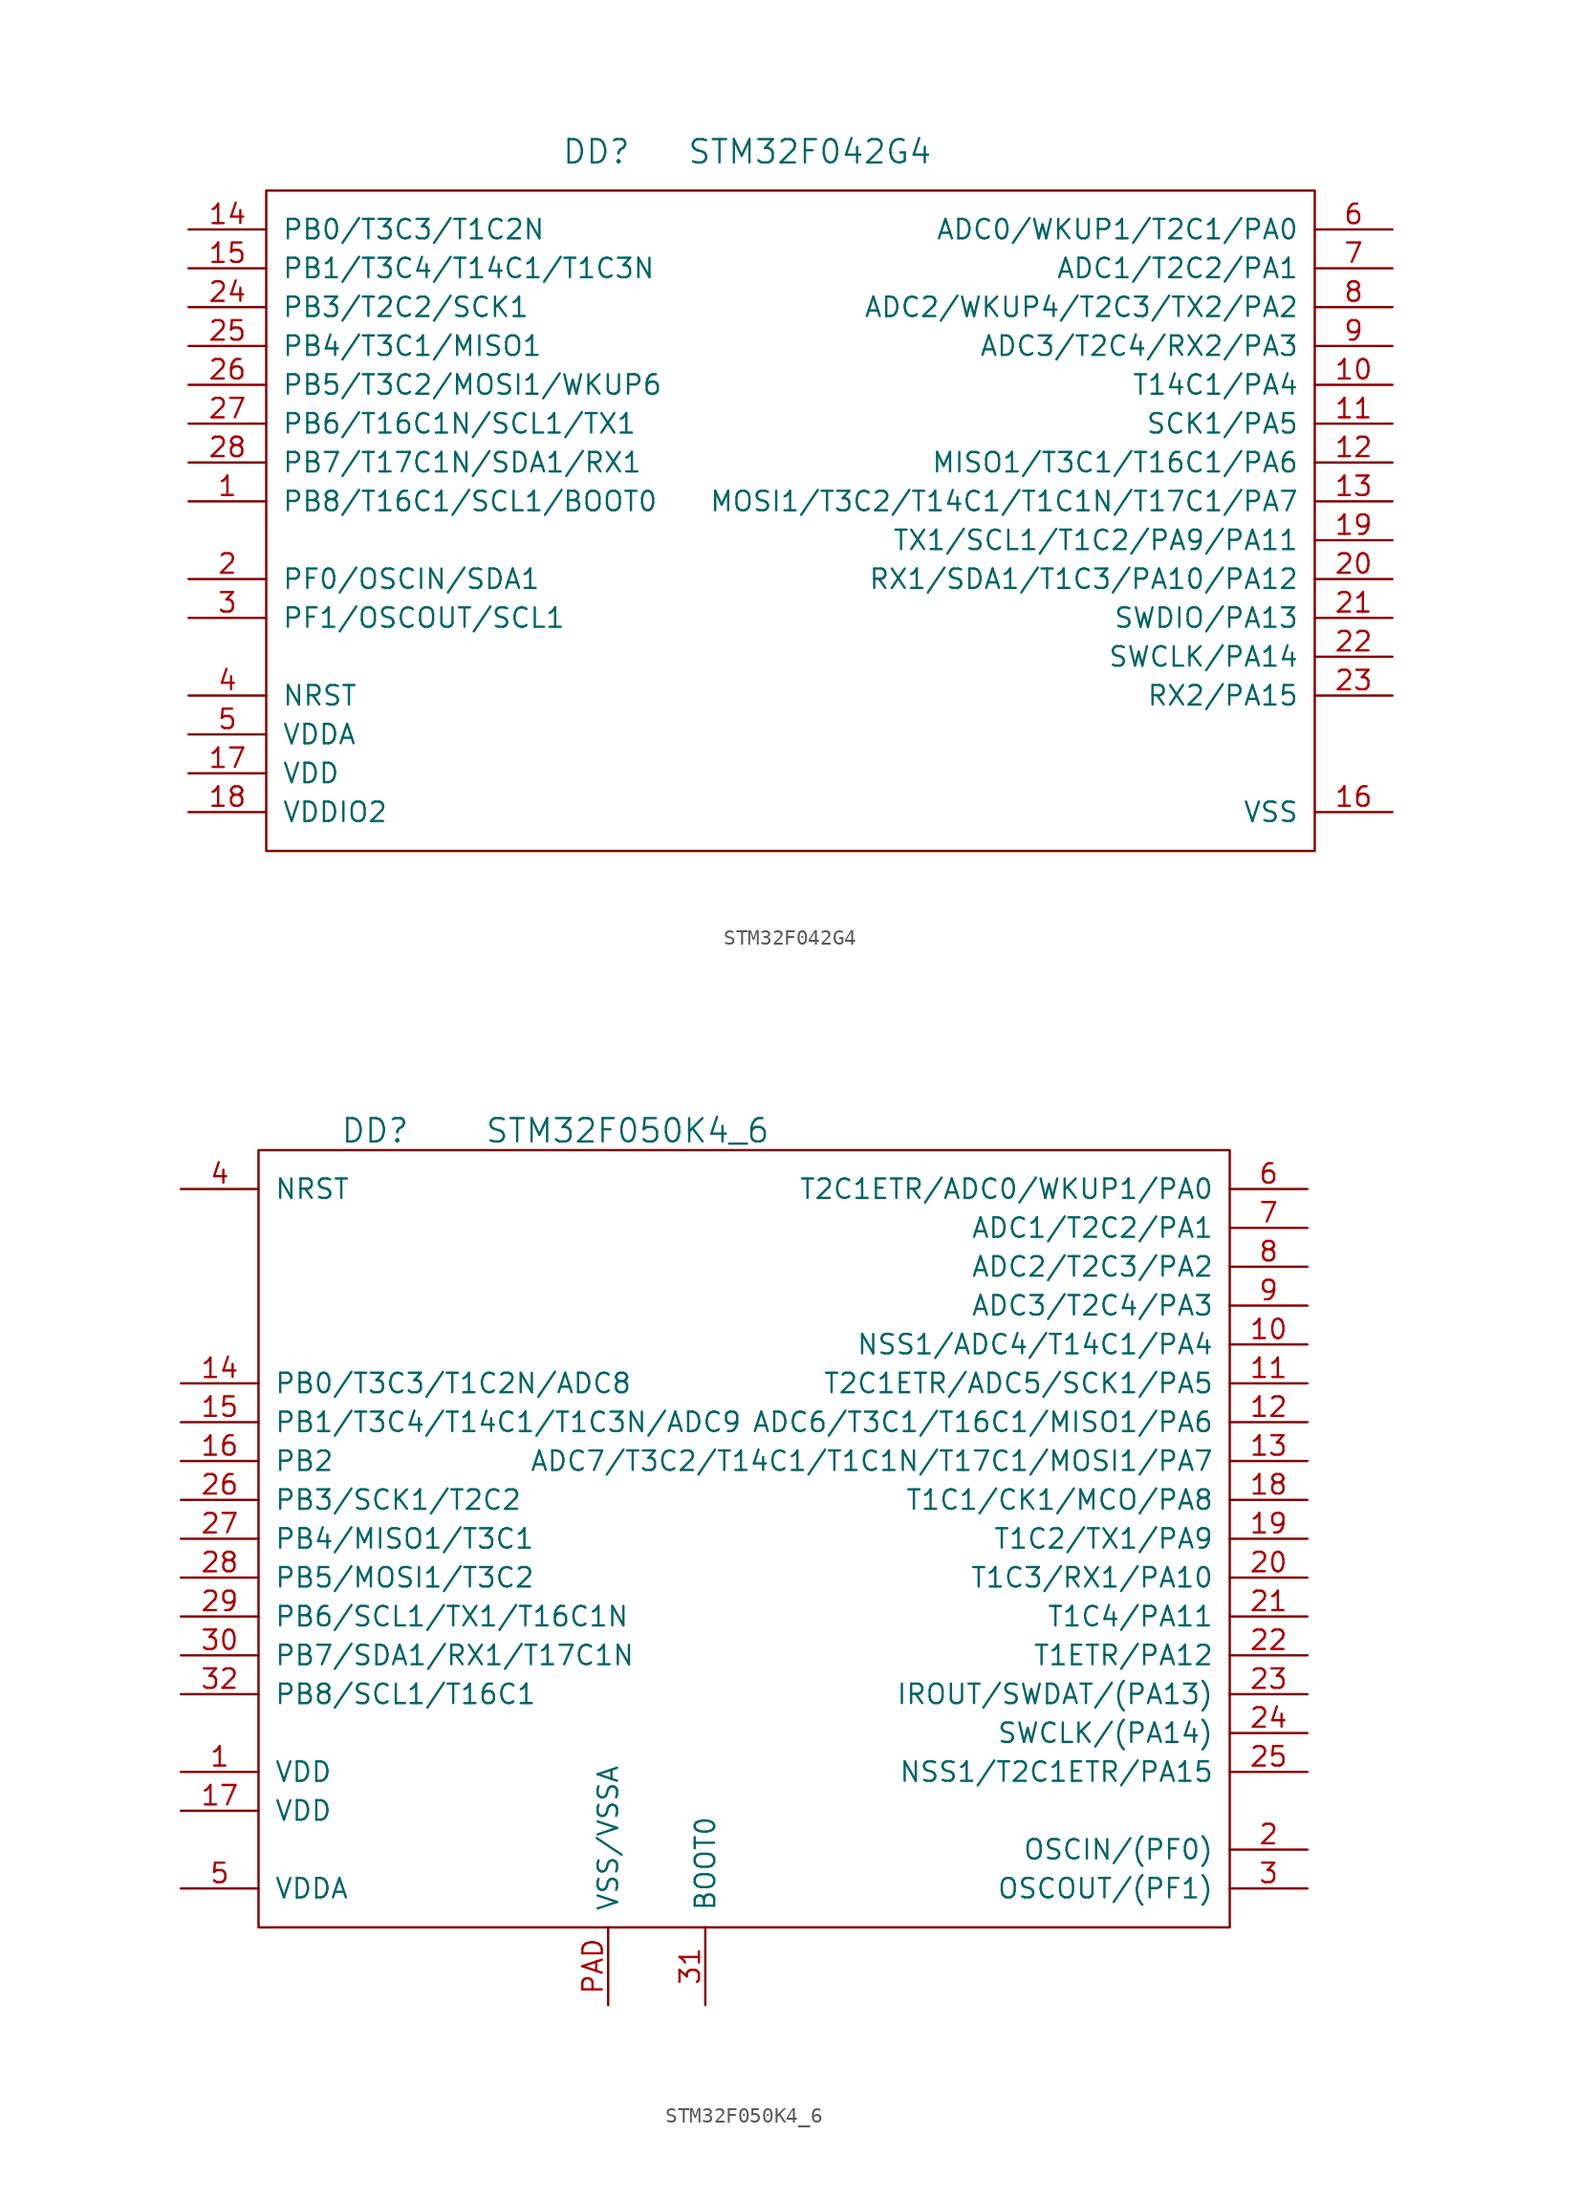
<source format=kicad_sym>
(kicad_symbol_lib
  (version 20201005)
  (generator kicad_symbol_editor)
  (symbol "st_kl:STM32F042G4"
    (pin_names
      (offset 1.016))
    (property "Reference" "DD"
      (at -12.7 36.83 0)
      (effects (font (size 1.524 1.524))))
    (property "Value" "STM32F042G4"
      (at 1.27 36.83 0)
      (effects (font (size 1.524 1.524))))
    (property "Footprint" ""
      (at 1.27 -7.62 0)
      (effects (font (size 1.524 1.524))))
    (property "Datasheet" ""
      (at 1.27 -7.62 0)
      (effects (font (size 1.524 1.524))))
    (symbol "STM32F042G4_0_1"
      (rectangle (start -34.29 34.29) (end 34.29 -8.89) (stroke (width 0)) (fill (type none))))
    (symbol "STM32F042G4_1_1"
      (pin passive line (at -39.37 13.97 0) (length 5.08) (name "PB8/T16C1/SCL1/BOOT0" (effects (font (size 1.27 1.27)))) (number "1" (effects (font (size 1.27 1.27)))))
      (pin passive line (at 39.37 21.59 180) (length 5.08) (name "T14C1/PA4" (effects (font (size 1.27 1.27)))) (number "10" (effects (font (size 1.27 1.27)))))
      (pin passive line (at 39.37 19.05 180) (length 5.08) (name "SCK1/PA5" (effects (font (size 1.27 1.27)))) (number "11" (effects (font (size 1.27 1.27)))))
      (pin passive line (at 39.37 16.51 180) (length 5.08) (name "MISO1/T3C1/T16C1/PA6" (effects (font (size 1.27 1.27)))) (number "12" (effects (font (size 1.27 1.27)))))
      (pin passive line (at 39.37 13.97 180) (length 5.08) (name "MOSI1/T3C2/T14C1/T1C1N/T17C1/PA7" (effects (font (size 1.27 1.27)))) (number "13" (effects (font (size 1.27 1.27)))))
      (pin passive line (at -39.37 31.75 0) (length 5.08) (name "PB0/T3C3/T1C2N" (effects (font (size 1.27 1.27)))) (number "14" (effects (font (size 1.27 1.27)))))
      (pin passive line (at -39.37 29.21 0) (length 5.08) (name "PB1/T3C4/T14C1/T1C3N" (effects (font (size 1.27 1.27)))) (number "15" (effects (font (size 1.27 1.27)))))
      (pin power_in line (at 39.37 -6.35 180) (length 5.08) (name "VSS" (effects (font (size 1.27 1.27)))) (number "16" (effects (font (size 1.27 1.27)))))
      (pin power_in line (at -39.37 -3.81 0) (length 5.08) (name "VDD" (effects (font (size 1.27 1.27)))) (number "17" (effects (font (size 1.27 1.27)))))
      (pin power_in line (at -39.37 -6.35 0) (length 5.08) (name "VDDIO2" (effects (font (size 1.27 1.27)))) (number "18" (effects (font (size 1.27 1.27)))))
      (pin passive line (at 39.37 11.43 180) (length 5.08) (name "TX1/SCL1/T1C2/PA9/PA11" (effects (font (size 1.27 1.27)))) (number "19" (effects (font (size 1.27 1.27)))))
      (pin passive line (at -39.37 8.89 0) (length 5.08) (name "PF0/OSCIN/SDA1" (effects (font (size 1.27 1.27)))) (number "2" (effects (font (size 1.27 1.27)))))
      (pin passive line (at 39.37 8.89 180) (length 5.08) (name "RX1/SDA1/T1C3/PA10/PA12" (effects (font (size 1.27 1.27)))) (number "20" (effects (font (size 1.27 1.27)))))
      (pin passive line (at 39.37 6.35 180) (length 5.08) (name "SWDIO/PA13" (effects (font (size 1.27 1.27)))) (number "21" (effects (font (size 1.27 1.27)))))
      (pin passive line (at 39.37 3.81 180) (length 5.08) (name "SWCLK/PA14" (effects (font (size 1.27 1.27)))) (number "22" (effects (font (size 1.27 1.27)))))
      (pin passive line (at 39.37 1.27 180) (length 5.08) (name "RX2/PA15" (effects (font (size 1.27 1.27)))) (number "23" (effects (font (size 1.27 1.27)))))
      (pin passive line (at -39.37 26.67 0) (length 5.08) (name "PB3/T2C2/SCK1" (effects (font (size 1.27 1.27)))) (number "24" (effects (font (size 1.27 1.27)))))
      (pin passive line (at -39.37 24.13 0) (length 5.08) (name "PB4/T3C1/MISO1" (effects (font (size 1.27 1.27)))) (number "25" (effects (font (size 1.27 1.27)))))
      (pin passive line (at -39.37 21.59 0) (length 5.08) (name "PB5/T3C2/MOSI1/WKUP6" (effects (font (size 1.27 1.27)))) (number "26" (effects (font (size 1.27 1.27)))))
      (pin passive line (at -39.37 19.05 0) (length 5.08) (name "PB6/T16C1N/SCL1/TX1" (effects (font (size 1.27 1.27)))) (number "27" (effects (font (size 1.27 1.27)))))
      (pin passive line (at -39.37 16.51 0) (length 5.08) (name "PB7/T17C1N/SDA1/RX1" (effects (font (size 1.27 1.27)))) (number "28" (effects (font (size 1.27 1.27)))))
      (pin passive line (at -39.37 6.35 0) (length 5.08) (name "PF1/OSCOUT/SCL1" (effects (font (size 1.27 1.27)))) (number "3" (effects (font (size 1.27 1.27)))))
      (pin passive line (at -39.37 1.27 0) (length 5.08) (name "NRST" (effects (font (size 1.27 1.27)))) (number "4" (effects (font (size 1.27 1.27)))))
      (pin power_in line (at -39.37 -1.27 0) (length 5.08) (name "VDDA" (effects (font (size 1.27 1.27)))) (number "5" (effects (font (size 1.27 1.27)))))
      (pin passive line (at 39.37 31.75 180) (length 5.08) (name "ADC0/WKUP1/T2C1/PA0" (effects (font (size 1.27 1.27)))) (number "6" (effects (font (size 1.27 1.27)))))
      (pin passive line (at 39.37 29.21 180) (length 5.08) (name "ADC1/T2C2/PA1" (effects (font (size 1.27 1.27)))) (number "7" (effects (font (size 1.27 1.27)))))
      (pin passive line (at 39.37 26.67 180) (length 5.08) (name "ADC2/WKUP4/T2C3/TX2/PA2" (effects (font (size 1.27 1.27)))) (number "8" (effects (font (size 1.27 1.27)))))
      (pin passive line (at 39.37 24.13 180) (length 5.08) (name "ADC3/T2C4/RX2/PA3" (effects (font (size 1.27 1.27)))) (number "9" (effects (font (size 1.27 1.27)))))))
  (symbol "st_kl:STM32F050K4_6"
    (pin_names
      (offset 1.016))
    (property "Reference" "DD"
      (at -19.05 34.29 0)
      (effects (font (size 1.524 1.524))))
    (property "Value" "STM32F050K4_6"
      (at -2.54 34.29 0)
      (effects (font (size 1.524 1.524))))
    (property "Footprint" ""
      (at 0 0 0)
      (effects (font (size 1.524 1.524))))
    (property "Datasheet" ""
      (at 0 0 0)
      (effects (font (size 1.524 1.524))))
    (symbol "STM32F050K4_6_0_1"
      (rectangle (start 36.83 -17.78) (end -26.67 33.02) (stroke (width 0)) (fill (type none))))
    (symbol "STM32F050K4_6_1_1"
      (pin power_in line (at -31.75 -7.62 0) (length 5.08) (name "VDD" (effects (font (size 1.27 1.27)))) (number "1" (effects (font (size 1.27 1.27)))))
      (pin passive line (at 41.91 20.32 180) (length 5.08) (name "NSS1/ADC4/T14C1/PA4" (effects (font (size 1.27 1.27)))) (number "10" (effects (font (size 1.27 1.27)))))
      (pin passive line (at 41.91 17.78 180) (length 5.08) (name "T2C1ETR/ADC5/SCK1/PA5" (effects (font (size 1.27 1.27)))) (number "11" (effects (font (size 1.27 1.27)))))
      (pin passive line (at 41.91 15.24 180) (length 5.08) (name "ADC6/T3C1/T16C1/MISO1/PA6" (effects (font (size 1.27 1.27)))) (number "12" (effects (font (size 1.27 1.27)))))
      (pin passive line (at 41.91 12.7 180) (length 5.08) (name "ADC7/T3C2/T14C1/T1C1N/T17C1/MOSI1/PA7" (effects (font (size 1.27 1.27)))) (number "13" (effects (font (size 1.27 1.27)))))
      (pin passive line (at -31.75 17.78 0) (length 5.08) (name "PB0/T3C3/T1C2N/ADC8" (effects (font (size 1.27 1.27)))) (number "14" (effects (font (size 1.27 1.27)))))
      (pin passive line (at -31.75 15.24 0) (length 5.08) (name "PB1/T3C4/T14C1/T1C3N/ADC9" (effects (font (size 1.27 1.27)))) (number "15" (effects (font (size 1.27 1.27)))))
      (pin passive line (at -31.75 12.7 0) (length 5.08) (name "PB2" (effects (font (size 1.27 1.27)))) (number "16" (effects (font (size 1.27 1.27)))))
      (pin power_in line (at -31.75 -10.16 0) (length 5.08) (name "VDD" (effects (font (size 1.27 1.27)))) (number "17" (effects (font (size 1.27 1.27)))))
      (pin passive line (at 41.91 10.16 180) (length 5.08) (name "T1C1/CK1/MCO/PA8" (effects (font (size 1.27 1.27)))) (number "18" (effects (font (size 1.27 1.27)))))
      (pin passive line (at 41.91 7.62 180) (length 5.08) (name "T1C2/TX1/PA9" (effects (font (size 1.27 1.27)))) (number "19" (effects (font (size 1.27 1.27)))))
      (pin passive line (at 41.91 -12.7 180) (length 5.08) (name "OSCIN/(PF0)" (effects (font (size 1.27 1.27)))) (number "2" (effects (font (size 1.27 1.27)))))
      (pin passive line (at 41.91 5.08 180) (length 5.08) (name "T1C3/RX1/PA10" (effects (font (size 1.27 1.27)))) (number "20" (effects (font (size 1.27 1.27)))))
      (pin passive line (at 41.91 2.54 180) (length 5.08) (name "T1C4/PA11" (effects (font (size 1.27 1.27)))) (number "21" (effects (font (size 1.27 1.27)))))
      (pin passive line (at 41.91 0 180) (length 5.08) (name "T1ETR/PA12" (effects (font (size 1.27 1.27)))) (number "22" (effects (font (size 1.27 1.27)))))
      (pin passive line (at 41.91 -2.54 180) (length 5.08) (name "IROUT/SWDAT/(PA13)" (effects (font (size 1.27 1.27)))) (number "23" (effects (font (size 1.27 1.27)))))
      (pin passive line (at 41.91 -5.08 180) (length 5.08) (name "SWCLK/(PA14)" (effects (font (size 1.27 1.27)))) (number "24" (effects (font (size 1.27 1.27)))))
      (pin passive line (at 41.91 -7.62 180) (length 5.08) (name "NSS1/T2C1ETR/PA15" (effects (font (size 1.27 1.27)))) (number "25" (effects (font (size 1.27 1.27)))))
      (pin passive line (at -31.75 10.16 0) (length 5.08) (name "PB3/SCK1/T2C2" (effects (font (size 1.27 1.27)))) (number "26" (effects (font (size 1.27 1.27)))))
      (pin passive line (at -31.75 7.62 0) (length 5.08) (name "PB4/MISO1/T3C1" (effects (font (size 1.27 1.27)))) (number "27" (effects (font (size 1.27 1.27)))))
      (pin passive line (at -31.75 5.08 0) (length 5.08) (name "PB5/MOSI1/T3C2" (effects (font (size 1.27 1.27)))) (number "28" (effects (font (size 1.27 1.27)))))
      (pin passive line (at -31.75 2.54 0) (length 5.08) (name "PB6/SCL1/TX1/T16C1N" (effects (font (size 1.27 1.27)))) (number "29" (effects (font (size 1.27 1.27)))))
      (pin passive line (at 41.91 -15.24 180) (length 5.08) (name "OSCOUT/(PF1)" (effects (font (size 1.27 1.27)))) (number "3" (effects (font (size 1.27 1.27)))))
      (pin passive line (at -31.75 0 0) (length 5.08) (name "PB7/SDA1/RX1/T17C1N" (effects (font (size 1.27 1.27)))) (number "30" (effects (font (size 1.27 1.27)))))
      (pin passive line (at 2.54 -22.86 90) (length 5.08) (name "BOOT0" (effects (font (size 1.27 1.27)))) (number "31" (effects (font (size 1.27 1.27)))))
      (pin passive line (at -31.75 -2.54 0) (length 5.08) (name "PB8/SCL1/T16C1" (effects (font (size 1.27 1.27)))) (number "32" (effects (font (size 1.27 1.27)))))
      (pin passive line (at -31.75 30.48 0) (length 5.08) (name "NRST" (effects (font (size 1.27 1.27)))) (number "4" (effects (font (size 1.27 1.27)))))
      (pin power_in line (at -31.75 -15.24 0) (length 5.08) (name "VDDA" (effects (font (size 1.27 1.27)))) (number "5" (effects (font (size 1.27 1.27)))))
      (pin passive line (at 41.91 30.48 180) (length 5.08) (name "T2C1ETR/ADC0/WKUP1/PA0" (effects (font (size 1.27 1.27)))) (number "6" (effects (font (size 1.27 1.27)))))
      (pin passive line (at 41.91 27.94 180) (length 5.08) (name "ADC1/T2C2/PA1" (effects (font (size 1.27 1.27)))) (number "7" (effects (font (size 1.27 1.27)))))
      (pin passive line (at 41.91 25.4 180) (length 5.08) (name "ADC2/T2C3/PA2" (effects (font (size 1.27 1.27)))) (number "8" (effects (font (size 1.27 1.27)))))
      (pin passive line (at 41.91 22.86 180) (length 5.08) (name "ADC3/T2C4/PA3" (effects (font (size 1.27 1.27)))) (number "9" (effects (font (size 1.27 1.27)))))
      (pin power_in line (at -3.81 -22.86 90) (length 5.08) (name "VSS/VSSA" (effects (font (size 1.27 1.27)))) (number "PAD" (effects (font (size 1.27 1.27))))))))
</source>
